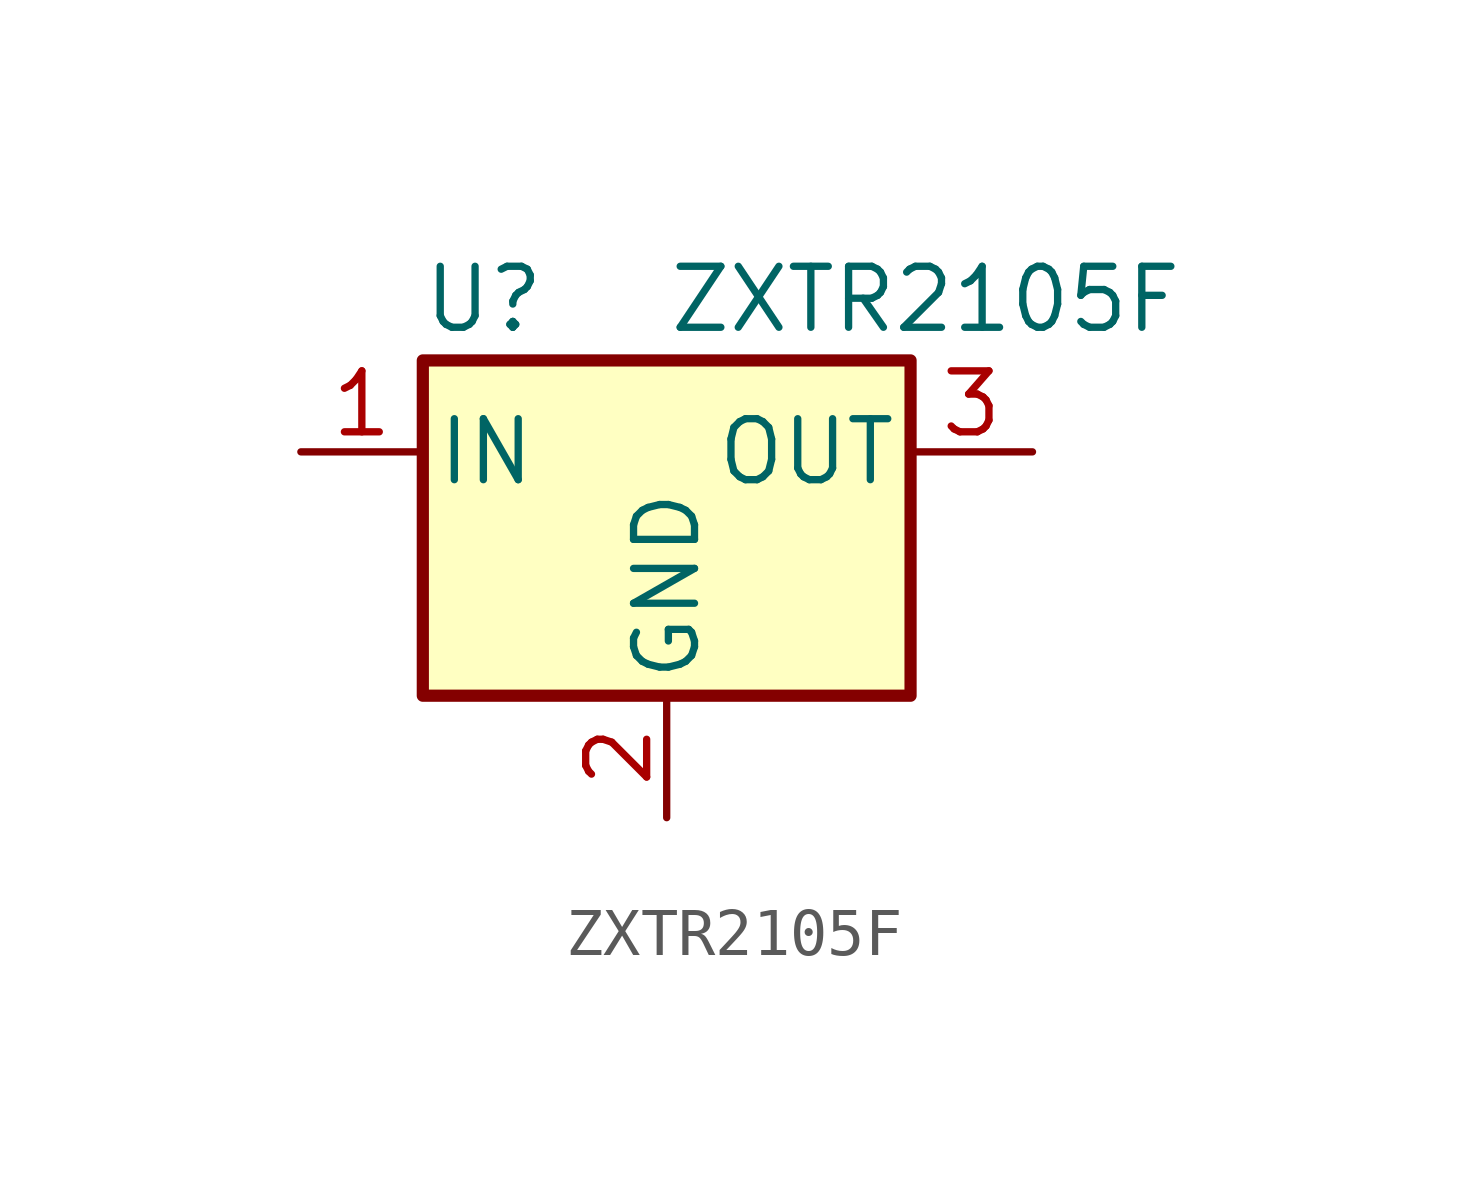
<source format=kicad_sym>
(kicad_symbol_lib
  (version 20231120)
  (generator "kicad_symbol_editor")
  (generator_version "8.0")
  (symbol "ZXTR2105F"
    (pin_names
      (offset 0.254))
    (property "Reference" "U"
      (at -3.81 3.175 0)
      (effects (font (size 1.27 1.27))))
    (property "Value" "ZXTR2105F"
      (at 0 3.175 0)
      (effects (font (size 1.27 1.27)) (justify left)))
    (symbol "ZXTR2105F_0_1"
      (rectangle (start -5.08 1.905) (end 5.08 -5.08) (stroke (width 0.254) (type default)) (fill (type background))))
    (symbol "ZXTR2105F_1_1"
      (pin passive line (at -7.62 0 0) (length 2.54) (name "IN" (effects (font (size 1.27 1.27)))) (number "1" (effects (font (size 1.27 1.27)))))
      (pin passive line (at 0 -7.62 90) (length 2.54) (name "GND" (effects (font (size 1.27 1.27)))) (number "2" (effects (font (size 1.27 1.27)))))
      (pin passive line (at 7.62 0 180) (length 2.54) (name "OUT" (effects (font (size 1.27 1.27)))) (number "3" (effects (font (size 1.27 1.27))))))))
</source>
